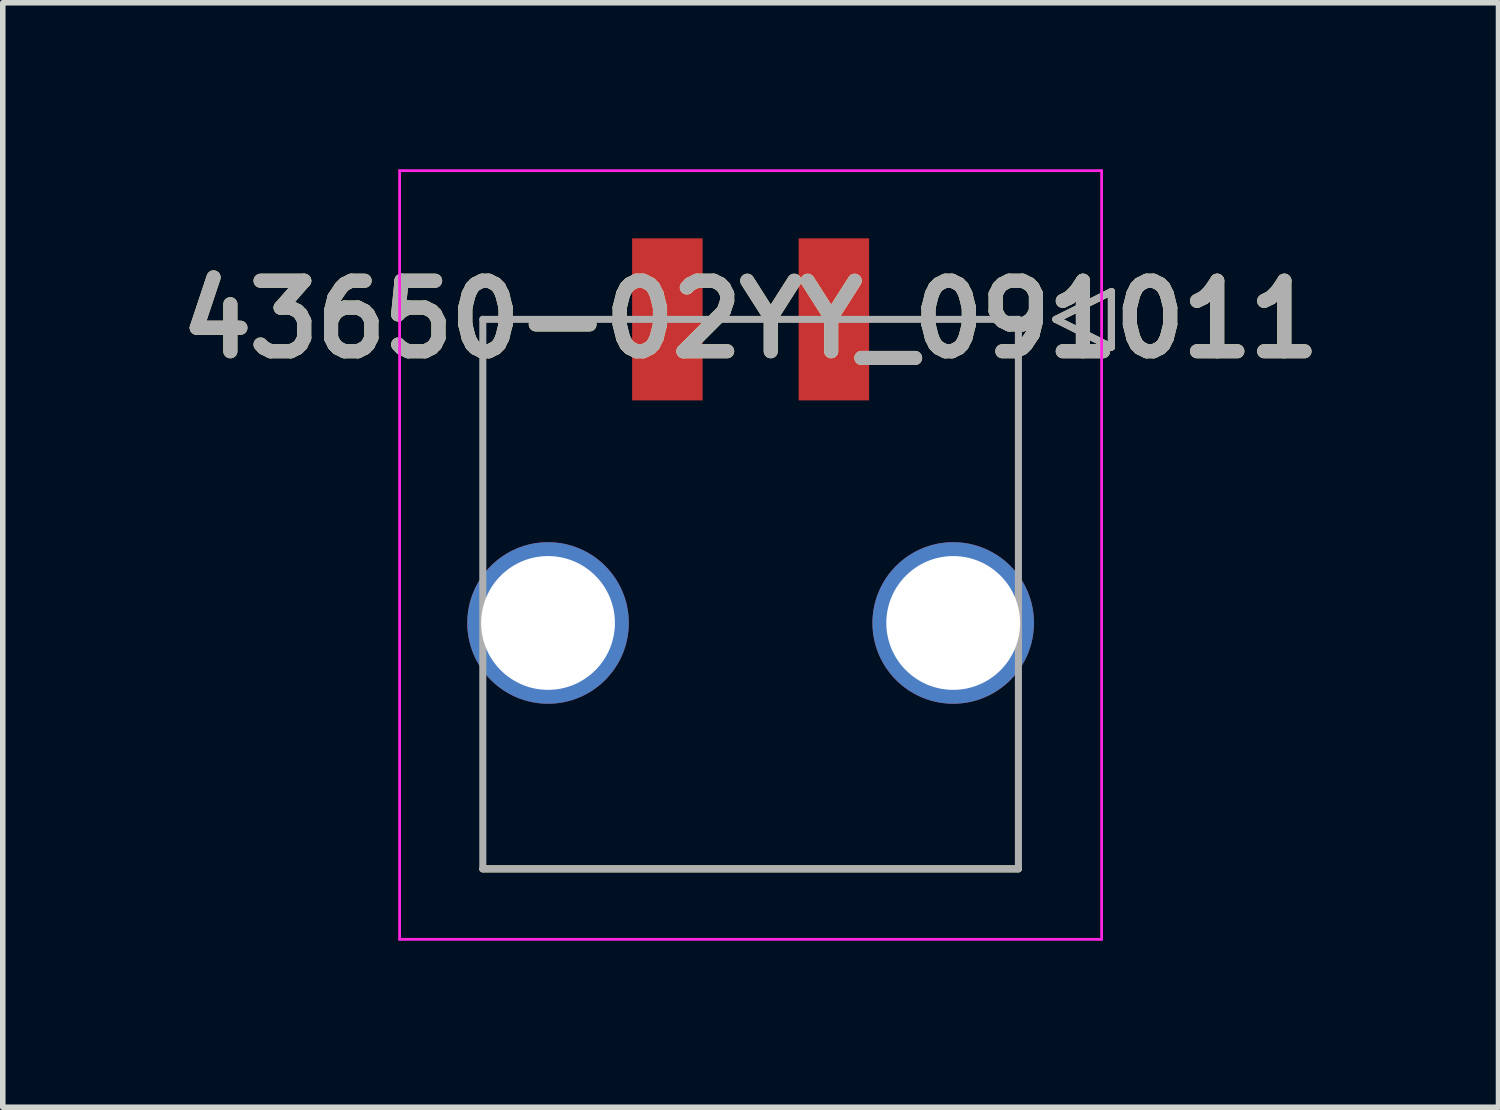
<source format=kicad_pcb>
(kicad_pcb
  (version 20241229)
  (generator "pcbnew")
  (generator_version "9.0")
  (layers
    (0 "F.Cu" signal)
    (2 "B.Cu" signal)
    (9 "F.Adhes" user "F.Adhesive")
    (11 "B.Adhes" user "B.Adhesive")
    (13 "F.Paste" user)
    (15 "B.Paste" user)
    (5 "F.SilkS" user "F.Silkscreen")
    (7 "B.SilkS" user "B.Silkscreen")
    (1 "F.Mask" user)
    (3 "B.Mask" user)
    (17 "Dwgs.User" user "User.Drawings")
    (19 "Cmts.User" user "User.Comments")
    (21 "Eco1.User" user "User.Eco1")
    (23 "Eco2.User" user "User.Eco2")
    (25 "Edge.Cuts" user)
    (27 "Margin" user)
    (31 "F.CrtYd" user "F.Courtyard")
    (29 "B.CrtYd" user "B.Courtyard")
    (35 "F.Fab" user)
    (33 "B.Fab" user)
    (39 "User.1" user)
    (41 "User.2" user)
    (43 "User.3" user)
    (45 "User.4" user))
  (footprint "43650-02YY_091011"
    (layer "F.Cu")
    (at 10.474 2.704)
    (property "Reference" "43650-02YY_091011" (at 0 0 0) (layer "F.SilkS") (effects (font (size 1.27 1.27) (thickness 0.254))))
    (attr through_hole)
    (fp_line (start 4.825 9.9) (end -4.825 9.9) (stroke (width 0.127) (type solid)) (layer "F.SilkS"))
    (fp_line (start 5.5 0) (end 6.5 -0.5) (stroke (width 0.127) (type solid)) (layer "F.SilkS"))
    (fp_line (start 6.5 -0.5) (end 6.5 0.5) (stroke (width 0.127) (type solid)) (layer "F.SilkS"))
    (fp_line (start 6.5 0.5) (end 5.5 0) (stroke (width 0.127) (type solid)) (layer "F.SilkS"))
    (fp_line (start -6.324 -2.679) (end 6.324 -2.679) (stroke (width 0.05) (type solid)) (layer "F.CrtYd"))
    (fp_line (start -6.324 11.17) (end -6.324 -2.679) (stroke (width 0.05) (type solid)) (layer "F.CrtYd"))
    (fp_line (start 6.324 -2.679) (end 6.324 11.17) (stroke (width 0.05) (type solid)) (layer "F.CrtYd"))
    (fp_line (start 6.324 11.17) (end -6.324 11.17) (stroke (width 0.05) (type solid)) (layer "F.CrtYd"))
    (fp_line (start -4.825 0) (end 4.825 0) (stroke (width 0.127) (type solid)) (layer "F.Fab"))
    (fp_line (start -4.825 9.9) (end -4.825 0) (stroke (width 0.127) (type solid)) (layer "F.Fab"))
    (fp_line (start 4.825 0) (end 4.825 9.9) (stroke (width 0.127) (type solid)) (layer "F.Fab"))
    (fp_line (start 4.825 9.9) (end -4.825 9.9) (stroke (width 0.127) (type solid)) (layer "F.Fab"))
    (fp_line (start 5.5 0) (end 6.5 -0.5) (stroke (width 0.127) (type solid)) (layer "F.Fab"))
    (fp_line (start 6.5 -0.5) (end 6.5 0.5) (stroke (width 0.127) (type solid)) (layer "F.Fab"))
    (fp_line (start 6.5 0.5) (end 5.5 0) (stroke (width 0.127) (type solid)) (layer "F.Fab"))
    (fp_text user "${REFERENCE}" (at 0 0 0) (layer "F.Fab") (effects (font (size 1.27 1.27) (thickness 0.254))))
    (pad "1" smd rect (at 1.5 0) (size 1.27 2.92) (layers "F.Cu" "F.Mask" "F.Paste"))
    (pad "2" smd rect (at -1.5 0) (size 1.27 2.92) (layers "F.Cu" "F.Mask" "F.Paste"))
    (pad "3" thru_hole circle (at 3.65 5.47) (size 2.91 2.91) (drill 2.41) (layers "*.Cu" "*.Mask"))
    (pad "4" thru_hole circle (at -3.65 5.47) (size 2.91 2.91) (drill 2.41) (layers "*.Cu" "*.Mask")))
  (gr_rect
    (start -3 -3)
    (end 23.949 16.899)
    (stroke (width 0.1) (type default))
    (fill no)
    (layer "Edge.Cuts")))
</source>
